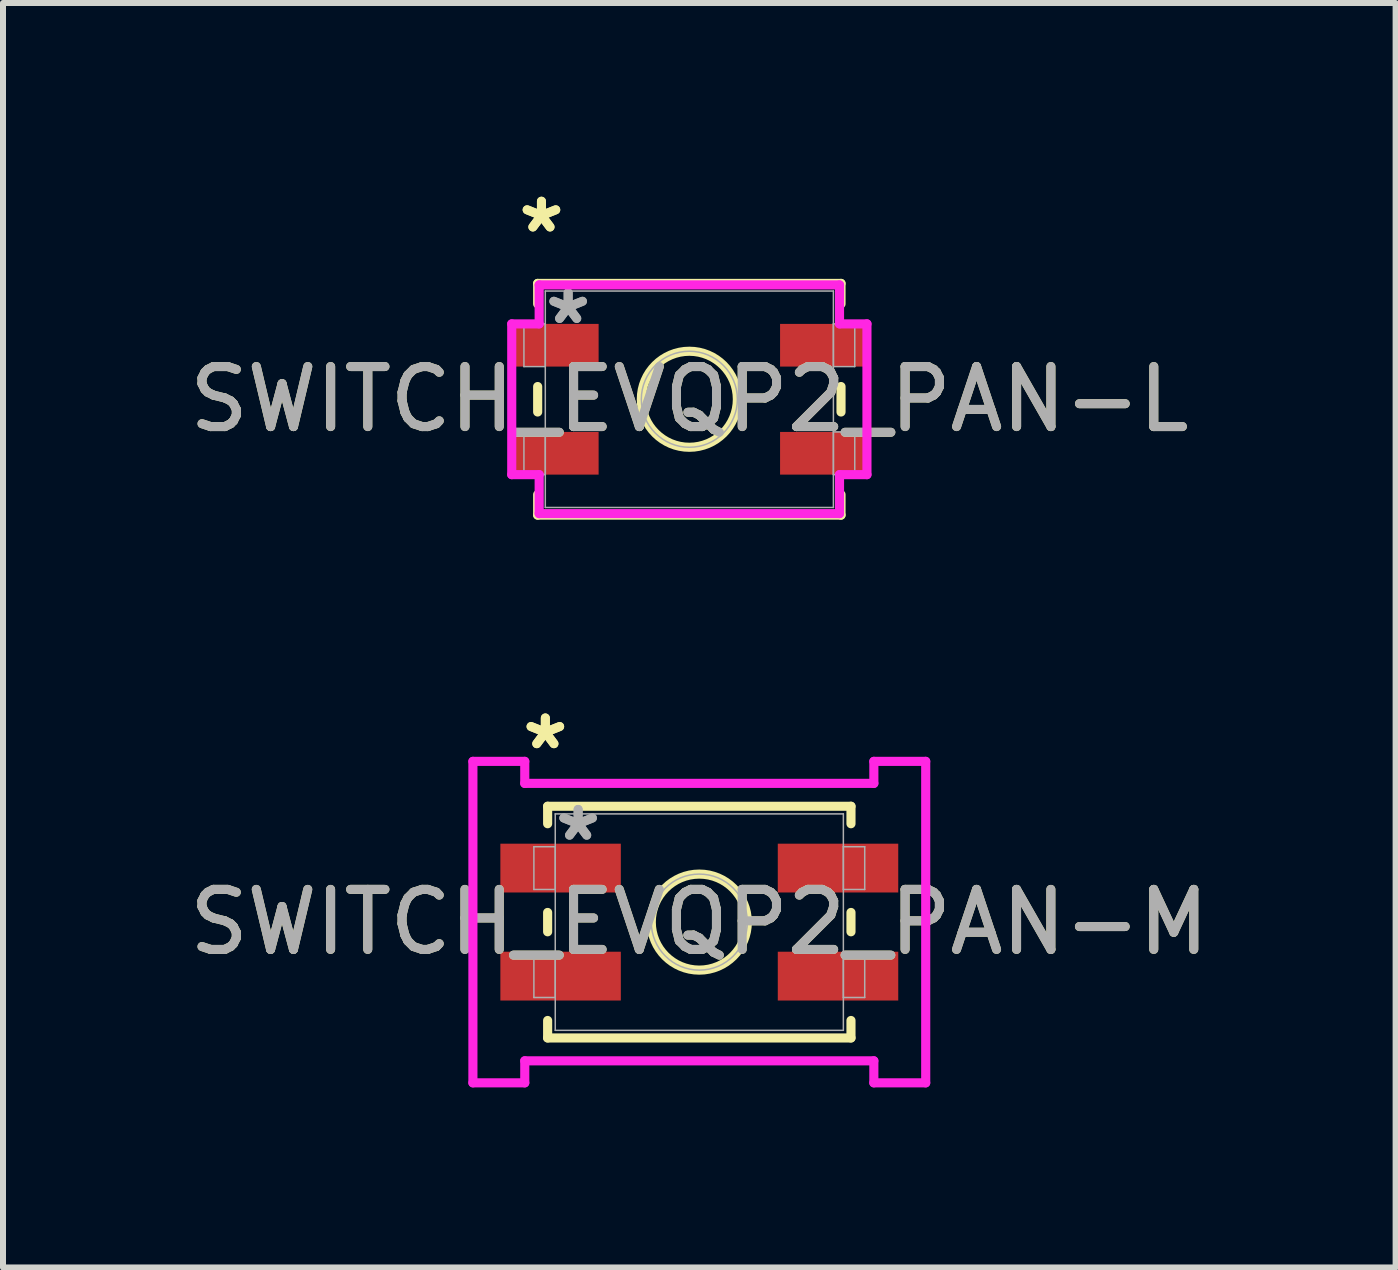
<source format=kicad_pcb>
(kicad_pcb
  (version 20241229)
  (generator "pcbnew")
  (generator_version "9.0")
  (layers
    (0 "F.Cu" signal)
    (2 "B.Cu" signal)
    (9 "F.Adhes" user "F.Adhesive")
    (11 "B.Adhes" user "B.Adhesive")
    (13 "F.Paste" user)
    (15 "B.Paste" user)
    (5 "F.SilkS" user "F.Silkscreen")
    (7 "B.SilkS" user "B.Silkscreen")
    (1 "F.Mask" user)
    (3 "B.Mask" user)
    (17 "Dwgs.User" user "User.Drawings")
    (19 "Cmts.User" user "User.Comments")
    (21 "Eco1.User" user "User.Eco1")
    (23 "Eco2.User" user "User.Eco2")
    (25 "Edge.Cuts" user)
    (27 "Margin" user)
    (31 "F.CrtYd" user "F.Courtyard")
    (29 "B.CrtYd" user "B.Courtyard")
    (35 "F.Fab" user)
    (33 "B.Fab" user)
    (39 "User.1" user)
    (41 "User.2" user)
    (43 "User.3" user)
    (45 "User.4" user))
  (footprint "SWITCH_EVQP2_PAN-M"
    (layer "F.Cu")
    (at 8.601 12.313)
    (property "Reference" "SWITCH_EVQP2_PAN-M" (at 0 0 0) (unlocked yes) (layer "F.SilkS") (effects (font (size 1 1) (thickness 0.15))))
    (attr smd)
    (fp_line (start -2.527 -1.93) (end -2.527 -1.639) (stroke (width 0.152) (type solid)) (layer "F.SilkS"))
    (fp_line (start -2.527 -0.161) (end -2.527 0.161) (stroke (width 0.152) (type solid)) (layer "F.SilkS"))
    (fp_line (start -2.527 1.639) (end -2.527 1.93) (stroke (width 0.152) (type solid)) (layer "F.SilkS"))
    (fp_line (start -2.527 1.93) (end 2.527 1.93) (stroke (width 0.152) (type solid)) (layer "F.SilkS"))
    (fp_line (start 2.527 -1.93) (end -2.527 -1.93) (stroke (width 0.152) (type solid)) (layer "F.SilkS"))
    (fp_line (start 2.527 -1.639) (end 2.527 -1.93) (stroke (width 0.152) (type solid)) (layer "F.SilkS"))
    (fp_line (start 2.527 0.161) (end 2.527 -0.161) (stroke (width 0.152) (type solid)) (layer "F.SilkS"))
    (fp_line (start 2.527 1.93) (end 2.527 1.639) (stroke (width 0.152) (type solid)) (layer "F.SilkS"))
    (fp_circle (center 0 0) (end 0.8 0) (stroke (width 0.152) (type solid)) (fill no) (layer "F.SilkS"))
    (fp_line (start -3.772 -2.678) (end -2.908 -2.678) (stroke (width 0.152) (type solid)) (layer "F.CrtYd"))
    (fp_line (start -3.772 2.678) (end -3.772 -2.678) (stroke (width 0.152) (type solid)) (layer "F.CrtYd"))
    (fp_line (start -2.908 -2.678) (end -2.908 -2.311) (stroke (width 0.152) (type solid)) (layer "F.CrtYd"))
    (fp_line (start -2.908 -2.311) (end 2.908 -2.311) (stroke (width 0.152) (type solid)) (layer "F.CrtYd"))
    (fp_line (start -2.908 2.311) (end -2.908 2.678) (stroke (width 0.152) (type solid)) (layer "F.CrtYd"))
    (fp_line (start -2.908 2.678) (end -3.772 2.678) (stroke (width 0.152) (type solid)) (layer "F.CrtYd"))
    (fp_line (start 2.908 -2.678) (end 3.772 -2.678) (stroke (width 0.152) (type solid)) (layer "F.CrtYd"))
    (fp_line (start 2.908 -2.311) (end 2.908 -2.678) (stroke (width 0.152) (type solid)) (layer "F.CrtYd"))
    (fp_line (start 2.908 2.311) (end -2.908 2.311) (stroke (width 0.152) (type solid)) (layer "F.CrtYd"))
    (fp_line (start 2.908 2.678) (end 2.908 2.311) (stroke (width 0.152) (type solid)) (layer "F.CrtYd"))
    (fp_line (start 3.772 -2.678) (end 3.772 2.678) (stroke (width 0.152) (type solid)) (layer "F.CrtYd"))
    (fp_line (start 3.772 2.678) (end 2.908 2.678) (stroke (width 0.152) (type solid)) (layer "F.CrtYd"))
    (fp_line (start -2.756 -1.256) (end -2.756 -0.544) (stroke (width 0.025) (type solid)) (layer "F.Fab"))
    (fp_line (start -2.756 -0.544) (end -2.4 -0.544) (stroke (width 0.025) (type solid)) (layer "F.Fab"))
    (fp_line (start -2.756 0.544) (end -2.756 1.256) (stroke (width 0.025) (type solid)) (layer "F.Fab"))
    (fp_line (start -2.756 1.256) (end -2.4 1.256) (stroke (width 0.025) (type solid)) (layer "F.Fab"))
    (fp_line (start -2.4 -1.803) (end -2.4 1.803) (stroke (width 0.025) (type solid)) (layer "F.Fab"))
    (fp_line (start -2.4 -1.256) (end -2.756 -1.256) (stroke (width 0.025) (type solid)) (layer "F.Fab"))
    (fp_line (start -2.4 -0.544) (end -2.4 -1.256) (stroke (width 0.025) (type solid)) (layer "F.Fab"))
    (fp_line (start -2.4 0.544) (end -2.756 0.544) (stroke (width 0.025) (type solid)) (layer "F.Fab"))
    (fp_line (start -2.4 1.256) (end -2.4 0.544) (stroke (width 0.025) (type solid)) (layer "F.Fab"))
    (fp_line (start -2.4 1.803) (end 2.4 1.803) (stroke (width 0.025) (type solid)) (layer "F.Fab"))
    (fp_line (start 2.4 -1.803) (end -2.4 -1.803) (stroke (width 0.025) (type solid)) (layer "F.Fab"))
    (fp_line (start 2.4 -1.256) (end 2.4 -0.544) (stroke (width 0.025) (type solid)) (layer "F.Fab"))
    (fp_line (start 2.4 -0.544) (end 2.756 -0.544) (stroke (width 0.025) (type solid)) (layer "F.Fab"))
    (fp_line (start 2.4 0.544) (end 2.4 1.256) (stroke (width 0.025) (type solid)) (layer "F.Fab"))
    (fp_line (start 2.4 1.256) (end 2.756 1.256) (stroke (width 0.025) (type solid)) (layer "F.Fab"))
    (fp_line (start 2.4 1.803) (end 2.4 -1.803) (stroke (width 0.025) (type solid)) (layer "F.Fab"))
    (fp_line (start 2.756 -1.256) (end 2.4 -1.256) (stroke (width 0.025) (type solid)) (layer "F.Fab"))
    (fp_line (start 2.756 -0.544) (end 2.756 -1.256) (stroke (width 0.025) (type solid)) (layer "F.Fab"))
    (fp_line (start 2.756 0.544) (end 2.4 0.544) (stroke (width 0.025) (type solid)) (layer "F.Fab"))
    (fp_line (start 2.756 1.256) (end 2.756 0.544) (stroke (width 0.025) (type solid)) (layer "F.Fab"))
    (fp_circle (center 0 0) (end 0.8 0) (stroke (width 0.025) (type solid)) (fill no) (layer "F.Fab"))
    (fp_text user "*" (at -2.565 -2.856 0) (unlocked yes) (layer "F.SilkS") (effects (font (size 1 1) (thickness 0.15))))
    (fp_text user "*" (at -2.565 -2.856 0) (layer "F.SilkS") (effects (font (size 1 1) (thickness 0.15))))
    (fp_text user "${REFERENCE}" (at 0 0 0) (unlocked yes) (layer "F.Fab") (effects (font (size 1 1) (thickness 0.15))))
    (fp_text user "*" (at -2.019 -1.332 0) (unlocked yes) (layer "F.Fab") (effects (font (size 1 1) (thickness 0.15))))
    (fp_text user "*" (at -2.019 -1.332 0) (layer "F.Fab") (effects (font (size 1 1) (thickness 0.15))))
    (pad "1" smd rect (at -2.311 -0.9) (size 2.007 0.813) (layers "F.Cu" "F.Mask" "F.Paste"))
    (pad "2" smd rect (at -2.311 0.9) (size 2.007 0.813) (layers "F.Cu" "F.Mask" "F.Paste"))
    (pad "3" smd rect (at 2.311 0.9) (size 2.007 0.813) (layers "F.Cu" "F.Mask" "F.Paste"))
    (pad "4" smd rect (at 2.311 -0.9) (size 2.007 0.813) (layers "F.Cu" "F.Mask" "F.Paste")))
  (footprint "SWITCH_EVQP2_PAN-L"
    (layer "F.Cu")
    (at 8.435 3.602)
    (property "Reference" "SWITCH_EVQP2_PAN-L" (at 0 0 0) (unlocked yes) (layer "F.SilkS") (effects (font (size 1 1) (thickness 0.15))))
    (attr smd)
    (fp_line (start -2.527 -1.93) (end -2.527 -1.588) (stroke (width 0.152) (type solid)) (layer "F.SilkS"))
    (fp_line (start -2.527 -0.212) (end -2.527 0.212) (stroke (width 0.152) (type solid)) (layer "F.SilkS"))
    (fp_line (start -2.527 1.588) (end -2.527 1.93) (stroke (width 0.152) (type solid)) (layer "F.SilkS"))
    (fp_line (start -2.527 1.93) (end 2.527 1.93) (stroke (width 0.152) (type solid)) (layer "F.SilkS"))
    (fp_line (start 2.527 -1.93) (end -2.527 -1.93) (stroke (width 0.152) (type solid)) (layer "F.SilkS"))
    (fp_line (start 2.527 -1.588) (end 2.527 -1.93) (stroke (width 0.152) (type solid)) (layer "F.SilkS"))
    (fp_line (start 2.527 0.212) (end 2.527 -0.212) (stroke (width 0.152) (type solid)) (layer "F.SilkS"))
    (fp_line (start 2.527 1.93) (end 2.527 1.588) (stroke (width 0.152) (type solid)) (layer "F.SilkS"))
    (fp_circle (center 0 0) (end 0.8 0) (stroke (width 0.152) (type solid)) (fill no) (layer "F.SilkS"))
    (fp_line (start -2.959 -1.256) (end -2.502 -1.256) (stroke (width 0.152) (type solid)) (layer "F.CrtYd"))
    (fp_line (start -2.959 1.256) (end -2.959 -1.256) (stroke (width 0.152) (type solid)) (layer "F.CrtYd"))
    (fp_line (start -2.502 -1.905) (end 2.502 -1.905) (stroke (width 0.152) (type solid)) (layer "F.CrtYd"))
    (fp_line (start -2.502 -1.256) (end -2.502 -1.905) (stroke (width 0.152) (type solid)) (layer "F.CrtYd"))
    (fp_line (start -2.502 1.256) (end -2.959 1.256) (stroke (width 0.152) (type solid)) (layer "F.CrtYd"))
    (fp_line (start -2.502 1.905) (end -2.502 1.256) (stroke (width 0.152) (type solid)) (layer "F.CrtYd"))
    (fp_line (start 2.502 -1.905) (end 2.502 -1.256) (stroke (width 0.152) (type solid)) (layer "F.CrtYd"))
    (fp_line (start 2.502 -1.256) (end 2.959 -1.256) (stroke (width 0.152) (type solid)) (layer "F.CrtYd"))
    (fp_line (start 2.502 1.256) (end 2.502 1.905) (stroke (width 0.152) (type solid)) (layer "F.CrtYd"))
    (fp_line (start 2.502 1.905) (end -2.502 1.905) (stroke (width 0.152) (type solid)) (layer "F.CrtYd"))
    (fp_line (start 2.959 -1.256) (end 2.959 1.256) (stroke (width 0.152) (type solid)) (layer "F.CrtYd"))
    (fp_line (start 2.959 1.256) (end 2.502 1.256) (stroke (width 0.152) (type solid)) (layer "F.CrtYd"))
    (fp_line (start -2.756 -1.256) (end -2.756 -0.544) (stroke (width 0.025) (type solid)) (layer "F.Fab"))
    (fp_line (start -2.756 -0.544) (end -2.4 -0.544) (stroke (width 0.025) (type solid)) (layer "F.Fab"))
    (fp_line (start -2.756 0.544) (end -2.756 1.256) (stroke (width 0.025) (type solid)) (layer "F.Fab"))
    (fp_line (start -2.756 1.256) (end -2.4 1.256) (stroke (width 0.025) (type solid)) (layer "F.Fab"))
    (fp_line (start -2.4 -1.803) (end -2.4 1.803) (stroke (width 0.025) (type solid)) (layer "F.Fab"))
    (fp_line (start -2.4 -1.256) (end -2.756 -1.256) (stroke (width 0.025) (type solid)) (layer "F.Fab"))
    (fp_line (start -2.4 -0.544) (end -2.4 -1.256) (stroke (width 0.025) (type solid)) (layer "F.Fab"))
    (fp_line (start -2.4 0.544) (end -2.756 0.544) (stroke (width 0.025) (type solid)) (layer "F.Fab"))
    (fp_line (start -2.4 1.256) (end -2.4 0.544) (stroke (width 0.025) (type solid)) (layer "F.Fab"))
    (fp_line (start -2.4 1.803) (end 2.4 1.803) (stroke (width 0.025) (type solid)) (layer "F.Fab"))
    (fp_line (start 2.4 -1.803) (end -2.4 -1.803) (stroke (width 0.025) (type solid)) (layer "F.Fab"))
    (fp_line (start 2.4 -1.256) (end 2.4 -0.544) (stroke (width 0.025) (type solid)) (layer "F.Fab"))
    (fp_line (start 2.4 -0.544) (end 2.756 -0.544) (stroke (width 0.025) (type solid)) (layer "F.Fab"))
    (fp_line (start 2.4 0.544) (end 2.4 1.256) (stroke (width 0.025) (type solid)) (layer "F.Fab"))
    (fp_line (start 2.4 1.256) (end 2.756 1.256) (stroke (width 0.025) (type solid)) (layer "F.Fab"))
    (fp_line (start 2.4 1.803) (end 2.4 -1.803) (stroke (width 0.025) (type solid)) (layer "F.Fab"))
    (fp_line (start 2.756 -1.256) (end 2.4 -1.256) (stroke (width 0.025) (type solid)) (layer "F.Fab"))
    (fp_line (start 2.756 -0.544) (end 2.756 -1.256) (stroke (width 0.025) (type solid)) (layer "F.Fab"))
    (fp_line (start 2.756 0.544) (end 2.4 0.544) (stroke (width 0.025) (type solid)) (layer "F.Fab"))
    (fp_line (start 2.756 1.256) (end 2.756 0.544) (stroke (width 0.025) (type solid)) (layer "F.Fab"))
    (fp_circle (center 0 0) (end 0.8 0) (stroke (width 0.025) (type solid)) (fill no) (layer "F.Fab"))
    (fp_text user "*" (at -2.464 -2.754 0) (unlocked yes) (layer "F.SilkS") (effects (font (size 1 1) (thickness 0.15))))
    (fp_text user "*" (at -2.464 -2.754 0) (layer "F.SilkS") (effects (font (size 1 1) (thickness 0.15))))
    (fp_text user "${REFERENCE}" (at 0 0 0) (unlocked yes) (layer "F.Fab") (effects (font (size 1 1) (thickness 0.15))))
    (fp_text user "*" (at -2.019 -1.23 0) (layer "F.Fab") (effects (font (size 1 1) (thickness 0.15))))
    (fp_text user "*" (at -2.019 -1.23 0) (unlocked yes) (layer "F.Fab") (effects (font (size 1 1) (thickness 0.15))))
    (pad "1" smd rect (at -2.21 -0.9) (size 1.397 0.711) (layers "F.Cu" "F.Mask" "F.Paste"))
    (pad "2" smd rect (at -2.21 0.9) (size 1.397 0.711) (layers "F.Cu" "F.Mask" "F.Paste"))
    (pad "3" smd rect (at 2.21 0.9) (size 1.397 0.711) (layers "F.Cu" "F.Mask" "F.Paste"))
    (pad "4" smd rect (at 2.21 -0.9) (size 1.397 0.711) (layers "F.Cu" "F.Mask" "F.Paste")))
  (gr_rect
    (start -3 -3)
    (end 20.202 18.067)
    (stroke (width 0.1) (type default))
    (fill no)
    (layer "Edge.Cuts")))
</source>
